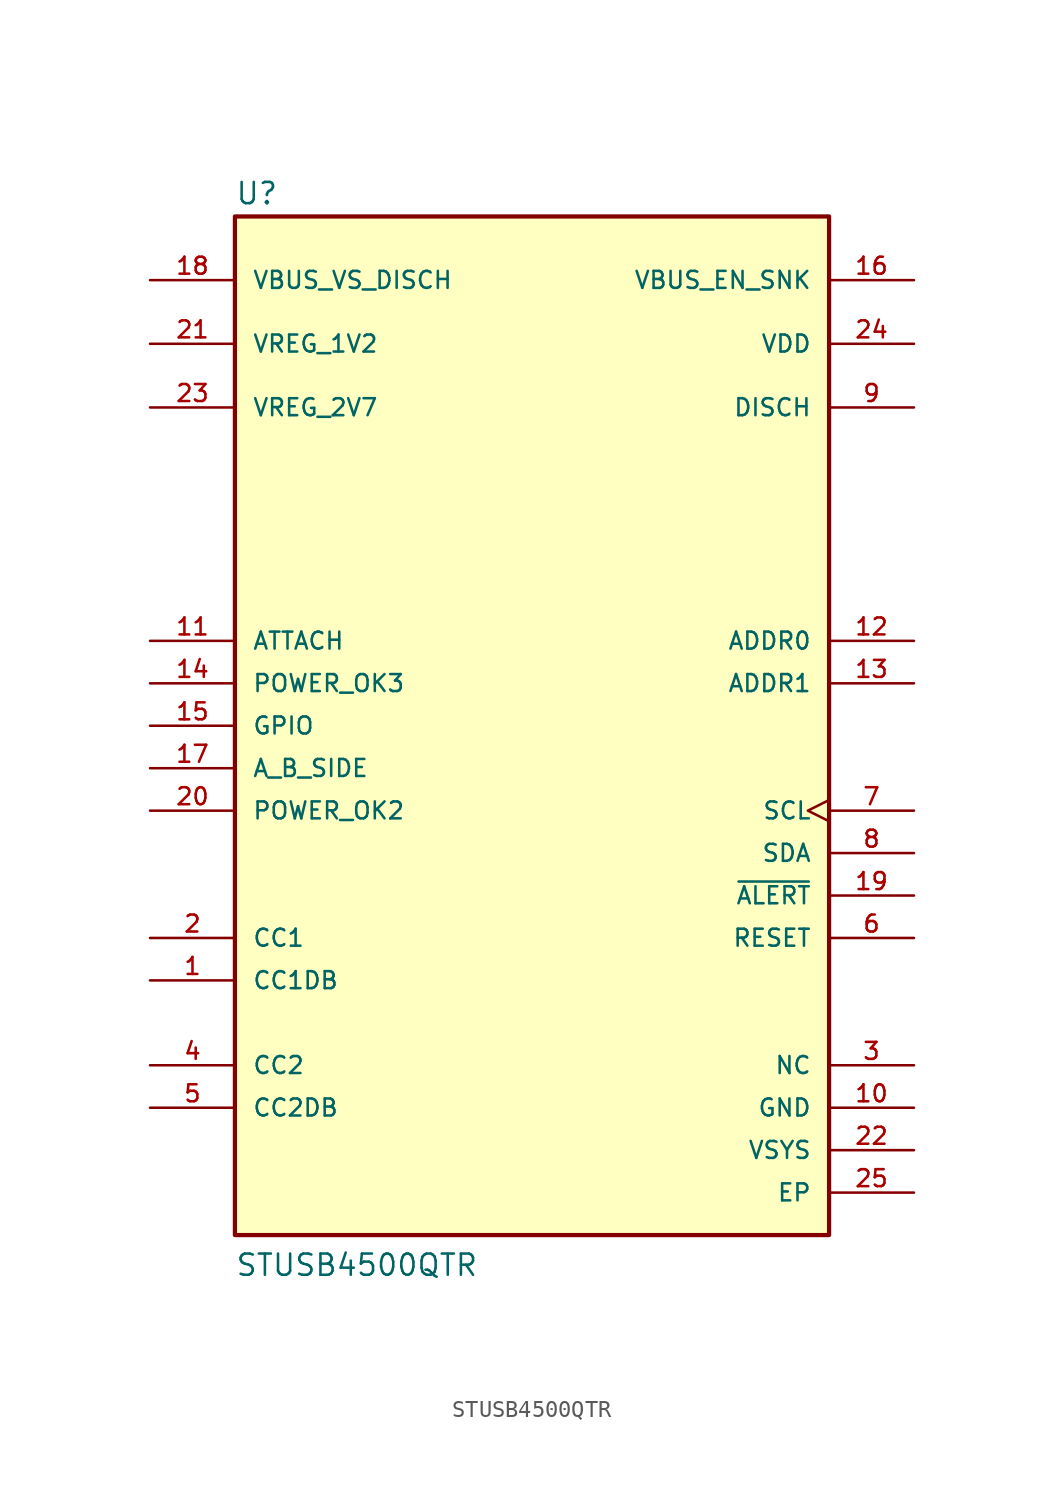
<source format=kicad_sym>
(kicad_symbol_lib
  (version 20241209)
  (generator "kicad_symbol_editor")
  (generator_version "9.0")
  (symbol "STUSB4500QTR"
    (pin_names
      (offset 1.016))
    (property "Reference" "U"
      (at -17.78 31.115 0)
      (effects (font (size 1.27 1.27)) (justify left bottom)))
    (property "Value" "STUSB4500QTR"
      (at -17.78 -33.02 0)
      (effects (font (size 1.27 1.27)) (justify left bottom)))
    (symbol "STUSB4500QTR_0_0"
      (rectangle (start -17.78 30.48) (end 17.78 -30.48) (stroke (width 0.254) (type default)) (fill (type background)))
      (pin input line (at -22.86 26.67 0) (length 5.08) (name "VBUS_VS_DISCH" (effects (font (size 1.016 1.016)))) (number "18" (effects (font (size 1.016 1.016)))))
      (pin output line (at -22.86 22.86 0) (length 5.08) (name "VREG_1V2" (effects (font (size 1.016 1.016)))) (number "21" (effects (font (size 1.016 1.016)))))
      (pin output line (at -22.86 19.05 0) (length 5.08) (name "VREG_2V7" (effects (font (size 1.016 1.016)))) (number "23" (effects (font (size 1.016 1.016)))))
      (pin output line (at -22.86 5.08 0) (length 5.08) (name "ATTACH" (effects (font (size 1.016 1.016)))) (number "11" (effects (font (size 1.016 1.016)))))
      (pin output line (at -22.86 2.54 0) (length 5.08) (name "POWER_OK3" (effects (font (size 1.016 1.016)))) (number "14" (effects (font (size 1.016 1.016)))))
      (pin output line (at -22.86 0 0) (length 5.08) (name "GPIO" (effects (font (size 1.016 1.016)))) (number "15" (effects (font (size 1.016 1.016)))))
      (pin output line (at -22.86 -2.54 0) (length 5.08) (name "A_B_SIDE" (effects (font (size 1.016 1.016)))) (number "17" (effects (font (size 1.016 1.016)))))
      (pin output line (at -22.86 -5.08 0) (length 5.08) (name "POWER_OK2" (effects (font (size 1.016 1.016)))) (number "20" (effects (font (size 1.016 1.016)))))
      (pin bidirectional line (at -22.86 -12.7 0) (length 5.08) (name "CC1" (effects (font (size 1.016 1.016)))) (number "2" (effects (font (size 1.016 1.016)))))
      (pin bidirectional line (at -22.86 -15.24 0) (length 5.08) (name "CC1DB" (effects (font (size 1.016 1.016)))) (number "1" (effects (font (size 1.016 1.016)))))
      (pin bidirectional line (at -22.86 -20.32 0) (length 5.08) (name "CC2" (effects (font (size 1.016 1.016)))) (number "4" (effects (font (size 1.016 1.016)))))
      (pin bidirectional line (at -22.86 -22.86 0) (length 5.08) (name "CC2DB" (effects (font (size 1.016 1.016)))) (number "5" (effects (font (size 1.016 1.016)))))
      (pin output line (at 22.86 26.67 180) (length 5.08) (name "VBUS_EN_SNK" (effects (font (size 1.016 1.016)))) (number "16" (effects (font (size 1.016 1.016)))))
      (pin power_in line (at 22.86 22.86 180) (length 5.08) (name "VDD" (effects (font (size 1.016 1.016)))) (number "24" (effects (font (size 1.016 1.016)))))
      (pin bidirectional line (at 22.86 19.05 180) (length 5.08) (name "DISCH" (effects (font (size 1.016 1.016)))) (number "9" (effects (font (size 1.016 1.016)))))
      (pin input line (at 22.86 5.08 180) (length 5.08) (name "ADDR0" (effects (font (size 1.016 1.016)))) (number "12" (effects (font (size 1.016 1.016)))))
      (pin input line (at 22.86 2.54 180) (length 5.08) (name "ADDR1" (effects (font (size 1.016 1.016)))) (number "13" (effects (font (size 1.016 1.016)))))
      (pin input clock (at 22.86 -5.08 180) (length 5.08) (name "SCL" (effects (font (size 1.016 1.016)))) (number "7" (effects (font (size 1.016 1.016)))))
      (pin bidirectional line (at 22.86 -7.62 180) (length 5.08) (name "SDA" (effects (font (size 1.016 1.016)))) (number "8" (effects (font (size 1.016 1.016)))))
      (pin output line (at 22.86 -10.16 180) (length 5.08) (name "~{ALERT}" (effects (font (size 1.016 1.016)))) (number "19" (effects (font (size 1.016 1.016)))))
      (pin input line (at 22.86 -12.7 180) (length 5.08) (name "RESET" (effects (font (size 1.016 1.016)))) (number "6" (effects (font (size 1.016 1.016)))))
      (pin power_in line (at 22.86 -22.86 180) (length 5.08) (name "GND" (effects (font (size 1.016 1.016)))) (number "10" (effects (font (size 1.016 1.016)))))
      (pin power_in line (at 22.86 -25.4 180) (length 5.08) (name "VSYS" (effects (font (size 1.016 1.016)))) (number "22" (effects (font (size 1.016 1.016)))))
      (pin power_in line (at 22.86 -27.94 180) (length 5.08) (name "EP" (effects (font (size 1.016 1.016)))) (number "25" (effects (font (size 1.016 1.016))))))
    (symbol "STUSB4500QTR_1_1"
      (pin power_in line (at 22.86 -20.32 180) (length 5.08) (name "NC" (effects (font (size 1.016 1.016)))) (number "3" (effects (font (size 1.016 1.016))))))))
</source>
